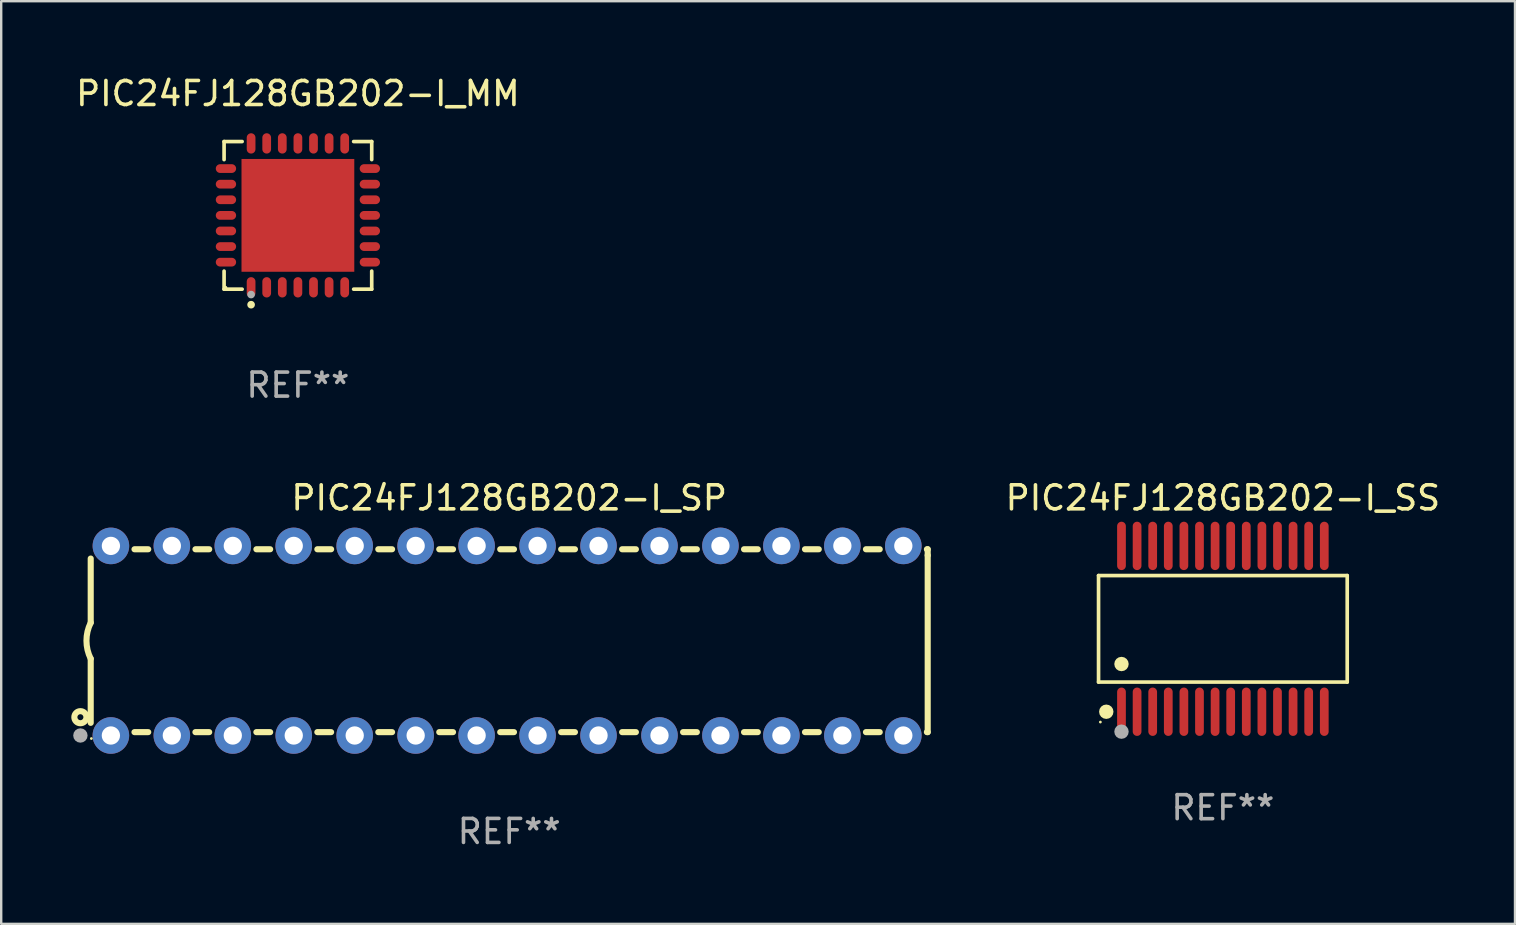
<source format=kicad_pcb>
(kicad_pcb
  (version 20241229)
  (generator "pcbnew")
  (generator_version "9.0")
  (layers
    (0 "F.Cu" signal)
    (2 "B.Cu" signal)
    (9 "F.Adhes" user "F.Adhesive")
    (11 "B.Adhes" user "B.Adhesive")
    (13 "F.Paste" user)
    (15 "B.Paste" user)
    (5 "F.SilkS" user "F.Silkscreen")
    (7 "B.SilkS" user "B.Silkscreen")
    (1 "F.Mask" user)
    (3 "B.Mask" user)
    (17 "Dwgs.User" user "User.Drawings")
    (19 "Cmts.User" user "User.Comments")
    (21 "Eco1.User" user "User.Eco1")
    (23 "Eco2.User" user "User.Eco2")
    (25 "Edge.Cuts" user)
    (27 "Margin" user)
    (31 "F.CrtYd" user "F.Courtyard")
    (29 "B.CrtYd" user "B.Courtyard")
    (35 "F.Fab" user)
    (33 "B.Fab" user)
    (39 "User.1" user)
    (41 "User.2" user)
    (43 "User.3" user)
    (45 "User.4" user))
  (footprint "PIC24FJ128GB202-I_SS"
    (layer "F.Cu")
    (at 47.906 23.152)
    (property "Reference" "PIC24FJ128GB202-I_SS" (at 0 -5.455 0) (layer "F.SilkS") (effects (font (size 1 1) (thickness 0.15))))
    (attr through_hole)
    (fp_line (start -5.181 -2.219) (end 5.181 -2.219) (stroke (width 0.152) (type solid)) (layer "F.SilkS"))
    (fp_line (start -5.181 2.219) (end -5.181 -2.219) (stroke (width 0.152) (type solid)) (layer "F.SilkS"))
    (fp_line (start 5.181 -2.219) (end 5.181 2.219) (stroke (width 0.152) (type solid)) (layer "F.SilkS"))
    (fp_line (start 5.181 2.219) (end -5.181 2.219) (stroke (width 0.152) (type solid)) (layer "F.SilkS"))
    (fp_circle (center -5.105 3.885) (end -5.075 3.885) (stroke (width 0.06) (type solid)) (fill no) (layer "F.SilkS"))
    (fp_circle (center -4.859 3.455) (end -4.709 3.455) (stroke (width 0.3) (type solid)) (fill no) (layer "F.SilkS"))
    (fp_circle (center -4.225 1.467) (end -4.075 1.467) (stroke (width 0.3) (type solid)) (fill no) (layer "F.SilkS"))
    (fp_circle (center -4.225 4.285) (end -4.075 4.285) (stroke (width 0.3) (type solid)) (fill no) (layer "F.Fab"))
    (fp_text user "REF**" (at 0 7.455 0) (layer "F.Fab") (effects (font (size 1 1) (thickness 0.15))))
    (pad "1" smd oval (at -4.225 3.455) (size 0.364 2.015) (layers "F.Cu" "F.Mask" "F.Paste"))
    (pad "2" smd oval (at -3.575 3.455) (size 0.364 2.015) (layers "F.Cu" "F.Mask" "F.Paste"))
    (pad "3" smd oval (at -2.925 3.455) (size 0.364 2.015) (layers "F.Cu" "F.Mask" "F.Paste"))
    (pad "4" smd oval (at -2.275 3.455) (size 0.364 2.015) (layers "F.Cu" "F.Mask" "F.Paste"))
    (pad "5" smd oval (at -1.625 3.455) (size 0.364 2.015) (layers "F.Cu" "F.Mask" "F.Paste"))
    (pad "6" smd oval (at -0.975 3.455) (size 0.364 2.015) (layers "F.Cu" "F.Mask" "F.Paste"))
    (pad "7" smd oval (at -0.325 3.455) (size 0.364 2.015) (layers "F.Cu" "F.Mask" "F.Paste"))
    (pad "8" smd oval (at 0.325 3.455) (size 0.364 2.015) (layers "F.Cu" "F.Mask" "F.Paste"))
    (pad "9" smd oval (at 0.975 3.455) (size 0.364 2.015) (layers "F.Cu" "F.Mask" "F.Paste"))
    (pad "10" smd oval (at 1.625 3.455) (size 0.364 2.015) (layers "F.Cu" "F.Mask" "F.Paste"))
    (pad "11" smd oval (at 2.275 3.455) (size 0.364 2.015) (layers "F.Cu" "F.Mask" "F.Paste"))
    (pad "12" smd oval (at 2.925 3.455) (size 0.364 2.015) (layers "F.Cu" "F.Mask" "F.Paste"))
    (pad "13" smd oval (at 3.575 3.455) (size 0.364 2.015) (layers "F.Cu" "F.Mask" "F.Paste"))
    (pad "14" smd oval (at 4.225 3.455) (size 0.364 2.015) (layers "F.Cu" "F.Mask" "F.Paste"))
    (pad "15" smd oval (at 4.225 -3.455) (size 0.364 2.015) (layers "F.Cu" "F.Mask" "F.Paste"))
    (pad "16" smd oval (at 3.575 -3.455) (size 0.364 2.015) (layers "F.Cu" "F.Mask" "F.Paste"))
    (pad "17" smd oval (at 2.925 -3.455) (size 0.364 2.015) (layers "F.Cu" "F.Mask" "F.Paste"))
    (pad "18" smd oval (at 2.275 -3.455) (size 0.364 2.015) (layers "F.Cu" "F.Mask" "F.Paste"))
    (pad "19" smd oval (at 1.625 -3.455) (size 0.364 2.015) (layers "F.Cu" "F.Mask" "F.Paste"))
    (pad "20" smd oval (at 0.975 -3.455) (size 0.364 2.015) (layers "F.Cu" "F.Mask" "F.Paste"))
    (pad "21" smd oval (at 0.325 -3.455) (size 0.364 2.015) (layers "F.Cu" "F.Mask" "F.Paste"))
    (pad "22" smd oval (at -0.325 -3.455) (size 0.364 2.015) (layers "F.Cu" "F.Mask" "F.Paste"))
    (pad "23" smd oval (at -0.975 -3.455) (size 0.364 2.015) (layers "F.Cu" "F.Mask" "F.Paste"))
    (pad "24" smd oval (at -1.625 -3.455) (size 0.364 2.015) (layers "F.Cu" "F.Mask" "F.Paste"))
    (pad "25" smd oval (at -2.275 -3.455) (size 0.364 2.015) (layers "F.Cu" "F.Mask" "F.Paste"))
    (pad "26" smd oval (at -2.925 -3.455) (size 0.364 2.015) (layers "F.Cu" "F.Mask" "F.Paste"))
    (pad "27" smd oval (at -3.575 -3.455) (size 0.364 2.015) (layers "F.Cu" "F.Mask" "F.Paste"))
    (pad "28" smd oval (at -4.225 -3.455) (size 0.364 2.015) (layers "F.Cu" "F.Mask" "F.Paste")))
  (footprint "PIC24FJ128GB202-I_SP"
    (layer "F.Cu")
    (at 18.168 23.647)
    (property "Reference" "PIC24FJ128GB202-I_SP" (at 0 -5.95 0) (layer "F.SilkS") (effects (font (size 1 1) (thickness 0.15))))
    (attr through_hole)
    (fp_line (start -17.438 0.75) (end -17.438 3.423) (stroke (width 0.254) (type solid)) (layer "F.SilkS"))
    (fp_line (start -17.438 -3.423) (end -17.438 -0.75) (stroke (width 0.254) (type solid)) (layer "F.SilkS"))
    (fp_line (start -15.615 3.81) (end -15.041 3.81) (stroke (width 0.254) (type solid)) (layer "F.SilkS"))
    (fp_line (start -15.041 -3.81) (end -15.614 -3.81) (stroke (width 0.254) (type solid)) (layer "F.SilkS"))
    (fp_line (start -13.075 3.81) (end -12.501 3.81) (stroke (width 0.254) (type solid)) (layer "F.SilkS"))
    (fp_line (start -12.501 -3.81) (end -13.074 -3.81) (stroke (width 0.254) (type solid)) (layer "F.SilkS"))
    (fp_line (start -10.535 3.81) (end -9.961 3.81) (stroke (width 0.254) (type solid)) (layer "F.SilkS"))
    (fp_line (start -9.961 -3.81) (end -10.534 -3.81) (stroke (width 0.254) (type solid)) (layer "F.SilkS"))
    (fp_line (start -7.995 3.81) (end -7.421 3.81) (stroke (width 0.254) (type solid)) (layer "F.SilkS"))
    (fp_line (start -7.421 -3.81) (end -7.995 -3.81) (stroke (width 0.254) (type solid)) (layer "F.SilkS"))
    (fp_line (start -5.455 3.81) (end -4.881 3.81) (stroke (width 0.254) (type solid)) (layer "F.SilkS"))
    (fp_line (start -4.881 -3.81) (end -5.455 -3.81) (stroke (width 0.254) (type solid)) (layer "F.SilkS"))
    (fp_line (start -2.915 3.81) (end -2.341 3.81) (stroke (width 0.254) (type solid)) (layer "F.SilkS"))
    (fp_line (start -2.341 -3.81) (end -2.915 -3.81) (stroke (width 0.254) (type solid)) (layer "F.SilkS"))
    (fp_line (start -0.375 3.81) (end 0.199 3.81) (stroke (width 0.254) (type solid)) (layer "F.SilkS"))
    (fp_line (start 0.199 -3.81) (end -0.375 -3.81) (stroke (width 0.254) (type solid)) (layer "F.SilkS"))
    (fp_line (start 2.165 3.81) (end 2.739 3.81) (stroke (width 0.254) (type solid)) (layer "F.SilkS"))
    (fp_line (start 2.739 -3.81) (end 2.165 -3.81) (stroke (width 0.254) (type solid)) (layer "F.SilkS"))
    (fp_line (start 4.705 3.81) (end 5.279 3.81) (stroke (width 0.254) (type solid)) (layer "F.SilkS"))
    (fp_line (start 5.279 -3.81) (end 4.705 -3.81) (stroke (width 0.254) (type solid)) (layer "F.SilkS"))
    (fp_line (start 7.245 3.81) (end 7.819 3.81) (stroke (width 0.254) (type solid)) (layer "F.SilkS"))
    (fp_line (start 7.819 -3.81) (end 7.245 -3.81) (stroke (width 0.254) (type solid)) (layer "F.SilkS"))
    (fp_line (start 9.785 3.81) (end 10.359 3.81) (stroke (width 0.254) (type solid)) (layer "F.SilkS"))
    (fp_line (start 10.359 -3.81) (end 9.785 -3.81) (stroke (width 0.254) (type solid)) (layer "F.SilkS"))
    (fp_line (start 12.325 3.81) (end 12.899 3.81) (stroke (width 0.254) (type solid)) (layer "F.SilkS"))
    (fp_line (start 12.899 -3.81) (end 12.325 -3.81) (stroke (width 0.254) (type solid)) (layer "F.SilkS"))
    (fp_line (start 14.865 3.81) (end 15.439 3.81) (stroke (width 0.254) (type solid)) (layer "F.SilkS"))
    (fp_line (start 15.439 -3.81) (end 14.865 -3.81) (stroke (width 0.254) (type solid)) (layer "F.SilkS"))
    (fp_line (start 17.405 3.81) (end 17.438 3.81) (stroke (width 0.254) (type solid)) (layer "F.SilkS"))
    (fp_line (start 17.438 -3.81) (end 17.405 -3.81) (stroke (width 0.254) (type solid)) (layer "F.SilkS"))
    (fp_line (start 17.438 -3.556) (end 17.438 -3.81) (stroke (width 0.254) (type solid)) (layer "F.SilkS"))
    (fp_line (start 17.438 3.81) (end 17.438 -3.556) (stroke (width 0.254) (type solid)) (layer "F.SilkS"))
    (fp_arc (start -17.437986 0.749657) (mid -17.614887 -0.000024) (end -17.437783 -0.749657) (stroke (width 0.254001) (type solid)) (layer "F.SilkS"))
    (fp_circle (center -17.868 3.188) (end -17.743 3.188) (stroke (width 0.254) (type solid)) (fill no) (layer "F.SilkS"))
    (fp_circle (center -17.411 4.077) (end -17.381 4.077) (stroke (width 0.06) (type solid)) (fill no) (layer "F.SilkS"))
    (fp_circle (center -17.868 3.95) (end -17.718 3.95) (stroke (width 0.3) (type solid)) (fill no) (layer "F.Fab"))
    (fp_text user "REF**" (at 0 7.95 0) (layer "F.Fab") (effects (font (size 1 1) (thickness 0.15))))
    (pad "1" thru_hole circle (at -16.598 3.95) (size 1.524 1.524) (drill 0.762) (layers "*.Cu" "*.Mask"))
    (pad "2" thru_hole circle (at -14.058 3.95) (size 1.524 1.524) (drill 0.762) (layers "*.Cu" "*.Mask"))
    (pad "3" thru_hole circle (at -11.518 3.95) (size 1.524 1.524) (drill 0.762) (layers "*.Cu" "*.Mask"))
    (pad "4" thru_hole circle (at -8.978 3.95) (size 1.524 1.524) (drill 0.762) (layers "*.Cu" "*.Mask"))
    (pad "5" thru_hole circle (at -6.438 3.95) (size 1.524 1.524) (drill 0.762) (layers "*.Cu" "*.Mask"))
    (pad "6" thru_hole circle (at -3.898 3.95) (size 1.524 1.524) (drill 0.762) (layers "*.Cu" "*.Mask"))
    (pad "7" thru_hole circle (at -1.358 3.95) (size 1.524 1.524) (drill 0.762) (layers "*.Cu" "*.Mask"))
    (pad "8" thru_hole circle (at 1.182 3.95) (size 1.524 1.524) (drill 0.762) (layers "*.Cu" "*.Mask"))
    (pad "9" thru_hole circle (at 3.722 3.95) (size 1.524 1.524) (drill 0.762) (layers "*.Cu" "*.Mask"))
    (pad "10" thru_hole circle (at 6.262 3.95) (size 1.524 1.524) (drill 0.762) (layers "*.Cu" "*.Mask"))
    (pad "11" thru_hole circle (at 8.802 3.95) (size 1.524 1.524) (drill 0.762) (layers "*.Cu" "*.Mask"))
    (pad "12" thru_hole circle (at 11.342 3.95) (size 1.524 1.524) (drill 0.762) (layers "*.Cu" "*.Mask"))
    (pad "13" thru_hole circle (at 13.882 3.95) (size 1.524 1.524) (drill 0.762) (layers "*.Cu" "*.Mask"))
    (pad "14" thru_hole circle (at 16.422 3.95) (size 1.524 1.524) (drill 0.762) (layers "*.Cu" "*.Mask"))
    (pad "15" thru_hole circle (at 16.422 -3.95) (size 1.524 1.524) (drill 0.762) (layers "*.Cu" "*.Mask"))
    (pad "16" thru_hole circle (at 13.882 -3.95) (size 1.524 1.524) (drill 0.762) (layers "*.Cu" "*.Mask"))
    (pad "17" thru_hole circle (at 11.342 -3.95) (size 1.524 1.524) (drill 0.762) (layers "*.Cu" "*.Mask"))
    (pad "18" thru_hole circle (at 8.802 -3.95) (size 1.524 1.524) (drill 0.762) (layers "*.Cu" "*.Mask"))
    (pad "19" thru_hole circle (at 6.262 -3.95) (size 1.524 1.524) (drill 0.762) (layers "*.Cu" "*.Mask"))
    (pad "20" thru_hole circle (at 3.722 -3.95) (size 1.524 1.524) (drill 0.762) (layers "*.Cu" "*.Mask"))
    (pad "21" thru_hole circle (at 1.182 -3.95) (size 1.524 1.524) (drill 0.762) (layers "*.Cu" "*.Mask"))
    (pad "22" thru_hole circle (at -1.358 -3.95) (size 1.524 1.524) (drill 0.762) (layers "*.Cu" "*.Mask"))
    (pad "23" thru_hole circle (at -3.898 -3.95) (size 1.524 1.524) (drill 0.762) (layers "*.Cu" "*.Mask"))
    (pad "24" thru_hole circle (at -6.438 -3.95) (size 1.524 1.524) (drill 0.762) (layers "*.Cu" "*.Mask"))
    (pad "25" thru_hole circle (at -8.978 -3.95) (size 1.524 1.524) (drill 0.762) (layers "*.Cu" "*.Mask"))
    (pad "26" thru_hole circle (at -11.517 -3.95) (size 1.524 1.524) (drill 0.762) (layers "*.Cu" "*.Mask"))
    (pad "27" thru_hole circle (at -14.057 -3.95) (size 1.524 1.524) (drill 0.762) (layers "*.Cu" "*.Mask"))
    (pad "28" thru_hole circle (at -16.597 -3.95) (size 1.524 1.524) (drill 0.762) (layers "*.Cu" "*.Mask")))
  (footprint "PIC24FJ128GB202-I_MM"
    (layer "F.Cu")
    (at 9.363 5.924)
    (property "Reference" "PIC24FJ128GB202-I_MM" (at 0 -5.076 0) (layer "F.SilkS") (effects (font (size 1 1) (thickness 0.15))))
    (attr through_hole)
    (fp_line (start -3.076 -3.076) (end -2.323 -3.076) (stroke (width 0.152) (type solid)) (layer "F.SilkS"))
    (fp_line (start -3.076 -2.323) (end -3.076 -3.076) (stroke (width 0.152) (type solid)) (layer "F.SilkS"))
    (fp_line (start -3.076 2.323) (end -3.076 3.076) (stroke (width 0.152) (type solid)) (layer "F.SilkS"))
    (fp_line (start -3.076 3.076) (end -2.323 3.076) (stroke (width 0.152) (type solid)) (layer "F.SilkS"))
    (fp_line (start 3.076 -3.076) (end 2.323 -3.076) (stroke (width 0.152) (type solid)) (layer "F.SilkS"))
    (fp_line (start 3.076 -2.323) (end 3.076 -3.076) (stroke (width 0.152) (type solid)) (layer "F.SilkS"))
    (fp_line (start 3.076 2.323) (end 3.076 3.076) (stroke (width 0.152) (type solid)) (layer "F.SilkS"))
    (fp_line (start 3.076 3.076) (end 2.323 3.076) (stroke (width 0.152) (type solid)) (layer "F.SilkS"))
    (fp_circle (center -3 3) (end -2.97 3) (stroke (width 0.06) (type solid)) (fill no) (layer "F.SilkS"))
    (fp_circle (center -1.95 3.722) (end -1.87 3.722) (stroke (width 0.16) (type solid)) (fill no) (layer "F.SilkS"))
    (fp_circle (center -1.95 3.3) (end -1.87 3.3) (stroke (width 0.16) (type solid)) (fill no) (layer "F.Fab"))
    (fp_text user "REF**" (at 0 7.076 0) (layer "F.Fab") (effects (font (size 1 1) (thickness 0.15))))
    (pad "1" smd oval (at -1.95 2.998) (size 0.364 0.847) (layers "F.Cu" "F.Mask" "F.Paste"))
    (pad "2" smd oval (at -1.3 2.998) (size 0.364 0.847) (layers "F.Cu" "F.Mask" "F.Paste"))
    (pad "3" smd oval (at -0.65 2.998) (size 0.364 0.847) (layers "F.Cu" "F.Mask" "F.Paste"))
    (pad "4" smd oval (at 0 2.998) (size 0.364 0.847) (layers "F.Cu" "F.Mask" "F.Paste"))
    (pad "5" smd oval (at 0.65 2.998) (size 0.364 0.847) (layers "F.Cu" "F.Mask" "F.Paste"))
    (pad "6" smd oval (at 1.3 2.998) (size 0.364 0.847) (layers "F.Cu" "F.Mask" "F.Paste"))
    (pad "7" smd oval (at 1.95 2.998) (size 0.364 0.847) (layers "F.Cu" "F.Mask" "F.Paste"))
    (pad "8" smd oval (at 2.998 1.95) (size 0.847 0.364) (layers "F.Cu" "F.Mask" "F.Paste"))
    (pad "9" smd oval (at 2.998 1.3) (size 0.847 0.364) (layers "F.Cu" "F.Mask" "F.Paste"))
    (pad "10" smd oval (at 2.998 0.65) (size 0.847 0.364) (layers "F.Cu" "F.Mask" "F.Paste"))
    (pad "11" smd oval (at 2.998 0) (size 0.847 0.364) (layers "F.Cu" "F.Mask" "F.Paste"))
    (pad "12" smd oval (at 2.998 -0.65) (size 0.847 0.364) (layers "F.Cu" "F.Mask" "F.Paste"))
    (pad "13" smd oval (at 2.998 -1.3) (size 0.847 0.364) (layers "F.Cu" "F.Mask" "F.Paste"))
    (pad "14" smd oval (at 2.998 -1.95) (size 0.847 0.364) (layers "F.Cu" "F.Mask" "F.Paste"))
    (pad "15" smd oval (at 1.95 -2.998) (size 0.364 0.847) (layers "F.Cu" "F.Mask" "F.Paste"))
    (pad "16" smd oval (at 1.3 -2.998) (size 0.364 0.847) (layers "F.Cu" "F.Mask" "F.Paste"))
    (pad "17" smd oval (at 0.65 -2.998) (size 0.364 0.847) (layers "F.Cu" "F.Mask" "F.Paste"))
    (pad "18" smd oval (at 0 -2.998) (size 0.364 0.847) (layers "F.Cu" "F.Mask" "F.Paste"))
    (pad "19" smd oval (at -0.65 -2.998) (size 0.364 0.847) (layers "F.Cu" "F.Mask" "F.Paste"))
    (pad "20" smd oval (at -1.3 -2.998) (size 0.364 0.847) (layers "F.Cu" "F.Mask" "F.Paste"))
    (pad "21" smd oval (at -1.95 -2.998) (size 0.364 0.847) (layers "F.Cu" "F.Mask" "F.Paste"))
    (pad "22" smd oval (at -2.998 -1.95) (size 0.847 0.364) (layers "F.Cu" "F.Mask" "F.Paste"))
    (pad "23" smd oval (at -2.998 -1.3) (size 0.847 0.364) (layers "F.Cu" "F.Mask" "F.Paste"))
    (pad "24" smd oval (at -2.998 -0.65) (size 0.847 0.364) (layers "F.Cu" "F.Mask" "F.Paste"))
    (pad "25" smd oval (at -2.998 0) (size 0.847 0.364) (layers "F.Cu" "F.Mask" "F.Paste"))
    (pad "26" smd oval (at -2.998 0.65) (size 0.847 0.364) (layers "F.Cu" "F.Mask" "F.Paste"))
    (pad "27" smd oval (at -2.998 1.3) (size 0.847 0.364) (layers "F.Cu" "F.Mask" "F.Paste"))
    (pad "28" smd oval (at -2.998 1.95) (size 0.847 0.364) (layers "F.Cu" "F.Mask" "F.Paste"))
    (pad "29" smd rect (at 0 0) (size 4.7 4.7) (layers "F.Cu" "F.Mask" "F.Paste")))
  (gr_rect
    (start -3 -3)
    (end 60.078 35.445)
    (stroke (width 0.1) (type default))
    (fill no)
    (layer "Edge.Cuts")))
</source>
